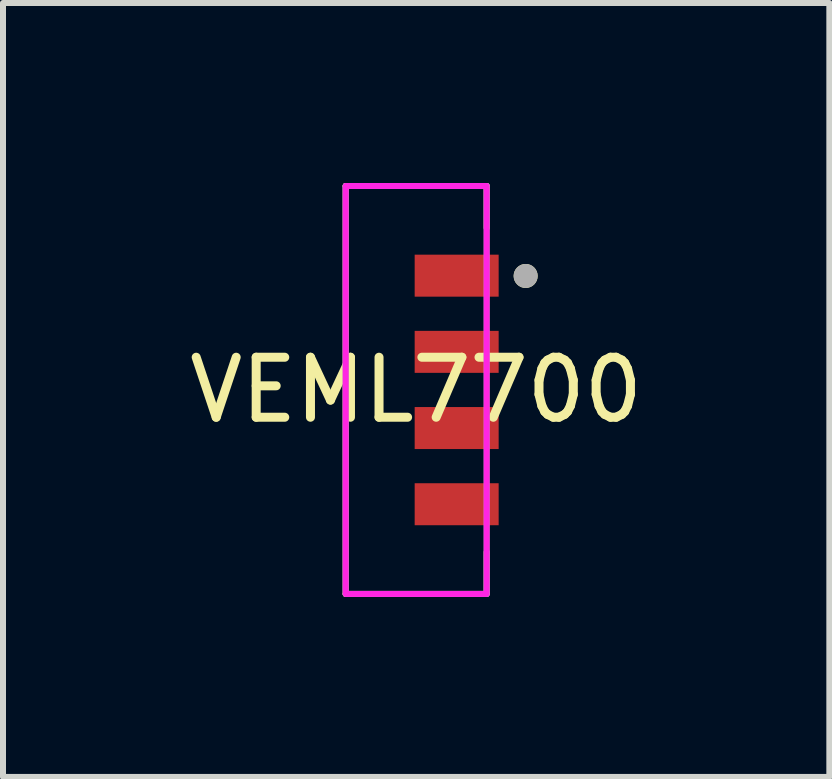
<source format=kicad_pcb>
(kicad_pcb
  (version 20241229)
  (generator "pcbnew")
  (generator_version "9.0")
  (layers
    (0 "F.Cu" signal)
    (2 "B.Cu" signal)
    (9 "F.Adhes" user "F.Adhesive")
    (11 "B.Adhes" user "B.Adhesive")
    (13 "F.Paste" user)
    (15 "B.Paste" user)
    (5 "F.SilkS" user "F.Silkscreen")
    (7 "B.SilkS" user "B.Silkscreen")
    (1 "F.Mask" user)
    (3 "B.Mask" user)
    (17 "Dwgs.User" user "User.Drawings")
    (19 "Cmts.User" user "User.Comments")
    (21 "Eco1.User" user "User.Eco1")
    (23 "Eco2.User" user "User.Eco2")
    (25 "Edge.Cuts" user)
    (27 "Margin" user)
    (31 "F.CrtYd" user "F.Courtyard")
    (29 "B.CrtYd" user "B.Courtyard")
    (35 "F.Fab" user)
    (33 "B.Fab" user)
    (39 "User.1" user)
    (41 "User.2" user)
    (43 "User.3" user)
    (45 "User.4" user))
  (footprint "VEML7700"
    (layer "F.Cu")
    (at 3.887 3.45)
    (property "Reference" "VEML7700" (at 0 0 0) (layer "F.SilkS") (effects (font (size 1 1) (thickness 0.15))))
    (attr smd)
    (fp_line (start -1.175 -3.4) (end -1.175 3.4) (stroke (width 0.1) (type solid)) (layer "F.SilkS"))
    (fp_line (start -1.175 3.4) (end 1.175 3.4) (stroke (width 0.1) (type solid)) (layer "F.SilkS"))
    (fp_line (start 1.175 -3.4) (end -1.175 -3.4) (stroke (width 0.1) (type solid)) (layer "F.SilkS"))
    (fp_line (start 1.175 -3.4) (end 1.175 -2.7) (stroke (width 0.1) (type solid)) (layer "F.SilkS"))
    (fp_line (start 1.175 3.4) (end 1.175 2.7) (stroke (width 0.1) (type solid)) (layer "F.SilkS"))
    (fp_circle (center 1.825 -1.9) (end 1.925 -1.9) (stroke (width 0.2) (type solid)) (fill no) (layer "F.SilkS"))
    (fp_rect (start -1.175 -3.4) (end 1.175 3.4) (stroke (width 0.1) (type default)) (fill no) (layer "F.CrtYd"))
    (fp_line (start -1.175 -3.4) (end -1.175 3.4) (stroke (width 0.1) (type solid)) (layer "F.Fab"))
    (fp_line (start -1.175 -3.4) (end 1.175 -3.4) (stroke (width 0.1) (type solid)) (layer "F.Fab"))
    (fp_line (start -1.175 3.4) (end 1.175 3.4) (stroke (width 0.1) (type solid)) (layer "F.Fab"))
    (fp_line (start 1.175 3.4) (end 1.175 -3.4) (stroke (width 0.1) (type solid)) (layer "F.Fab"))
    (fp_circle (center 1.825 -1.9) (end 1.925 -1.9) (stroke (width 0.2) (type solid)) (fill no) (layer "F.Fab"))
    (pad "1" smd rect (at 0.675 -1.905) (size 1.4 0.7) (layers "F.Cu" "F.Mask" "F.Paste"))
    (pad "2" smd rect (at 0.675 -0.635) (size 1.4 0.7) (layers "F.Cu" "F.Mask" "F.Paste"))
    (pad "3" smd rect (at 0.675 0.635) (size 1.4 0.7) (layers "F.Cu" "F.Mask" "F.Paste"))
    (pad "4" smd rect (at 0.675 1.905) (size 1.4 0.7) (layers "F.Cu" "F.Mask" "F.Paste")))
  (gr_rect
    (start -3 -3)
    (end 10.774 9.9)
    (stroke (width 0.1) (type default))
    (fill no)
    (layer "Edge.Cuts")))
</source>
